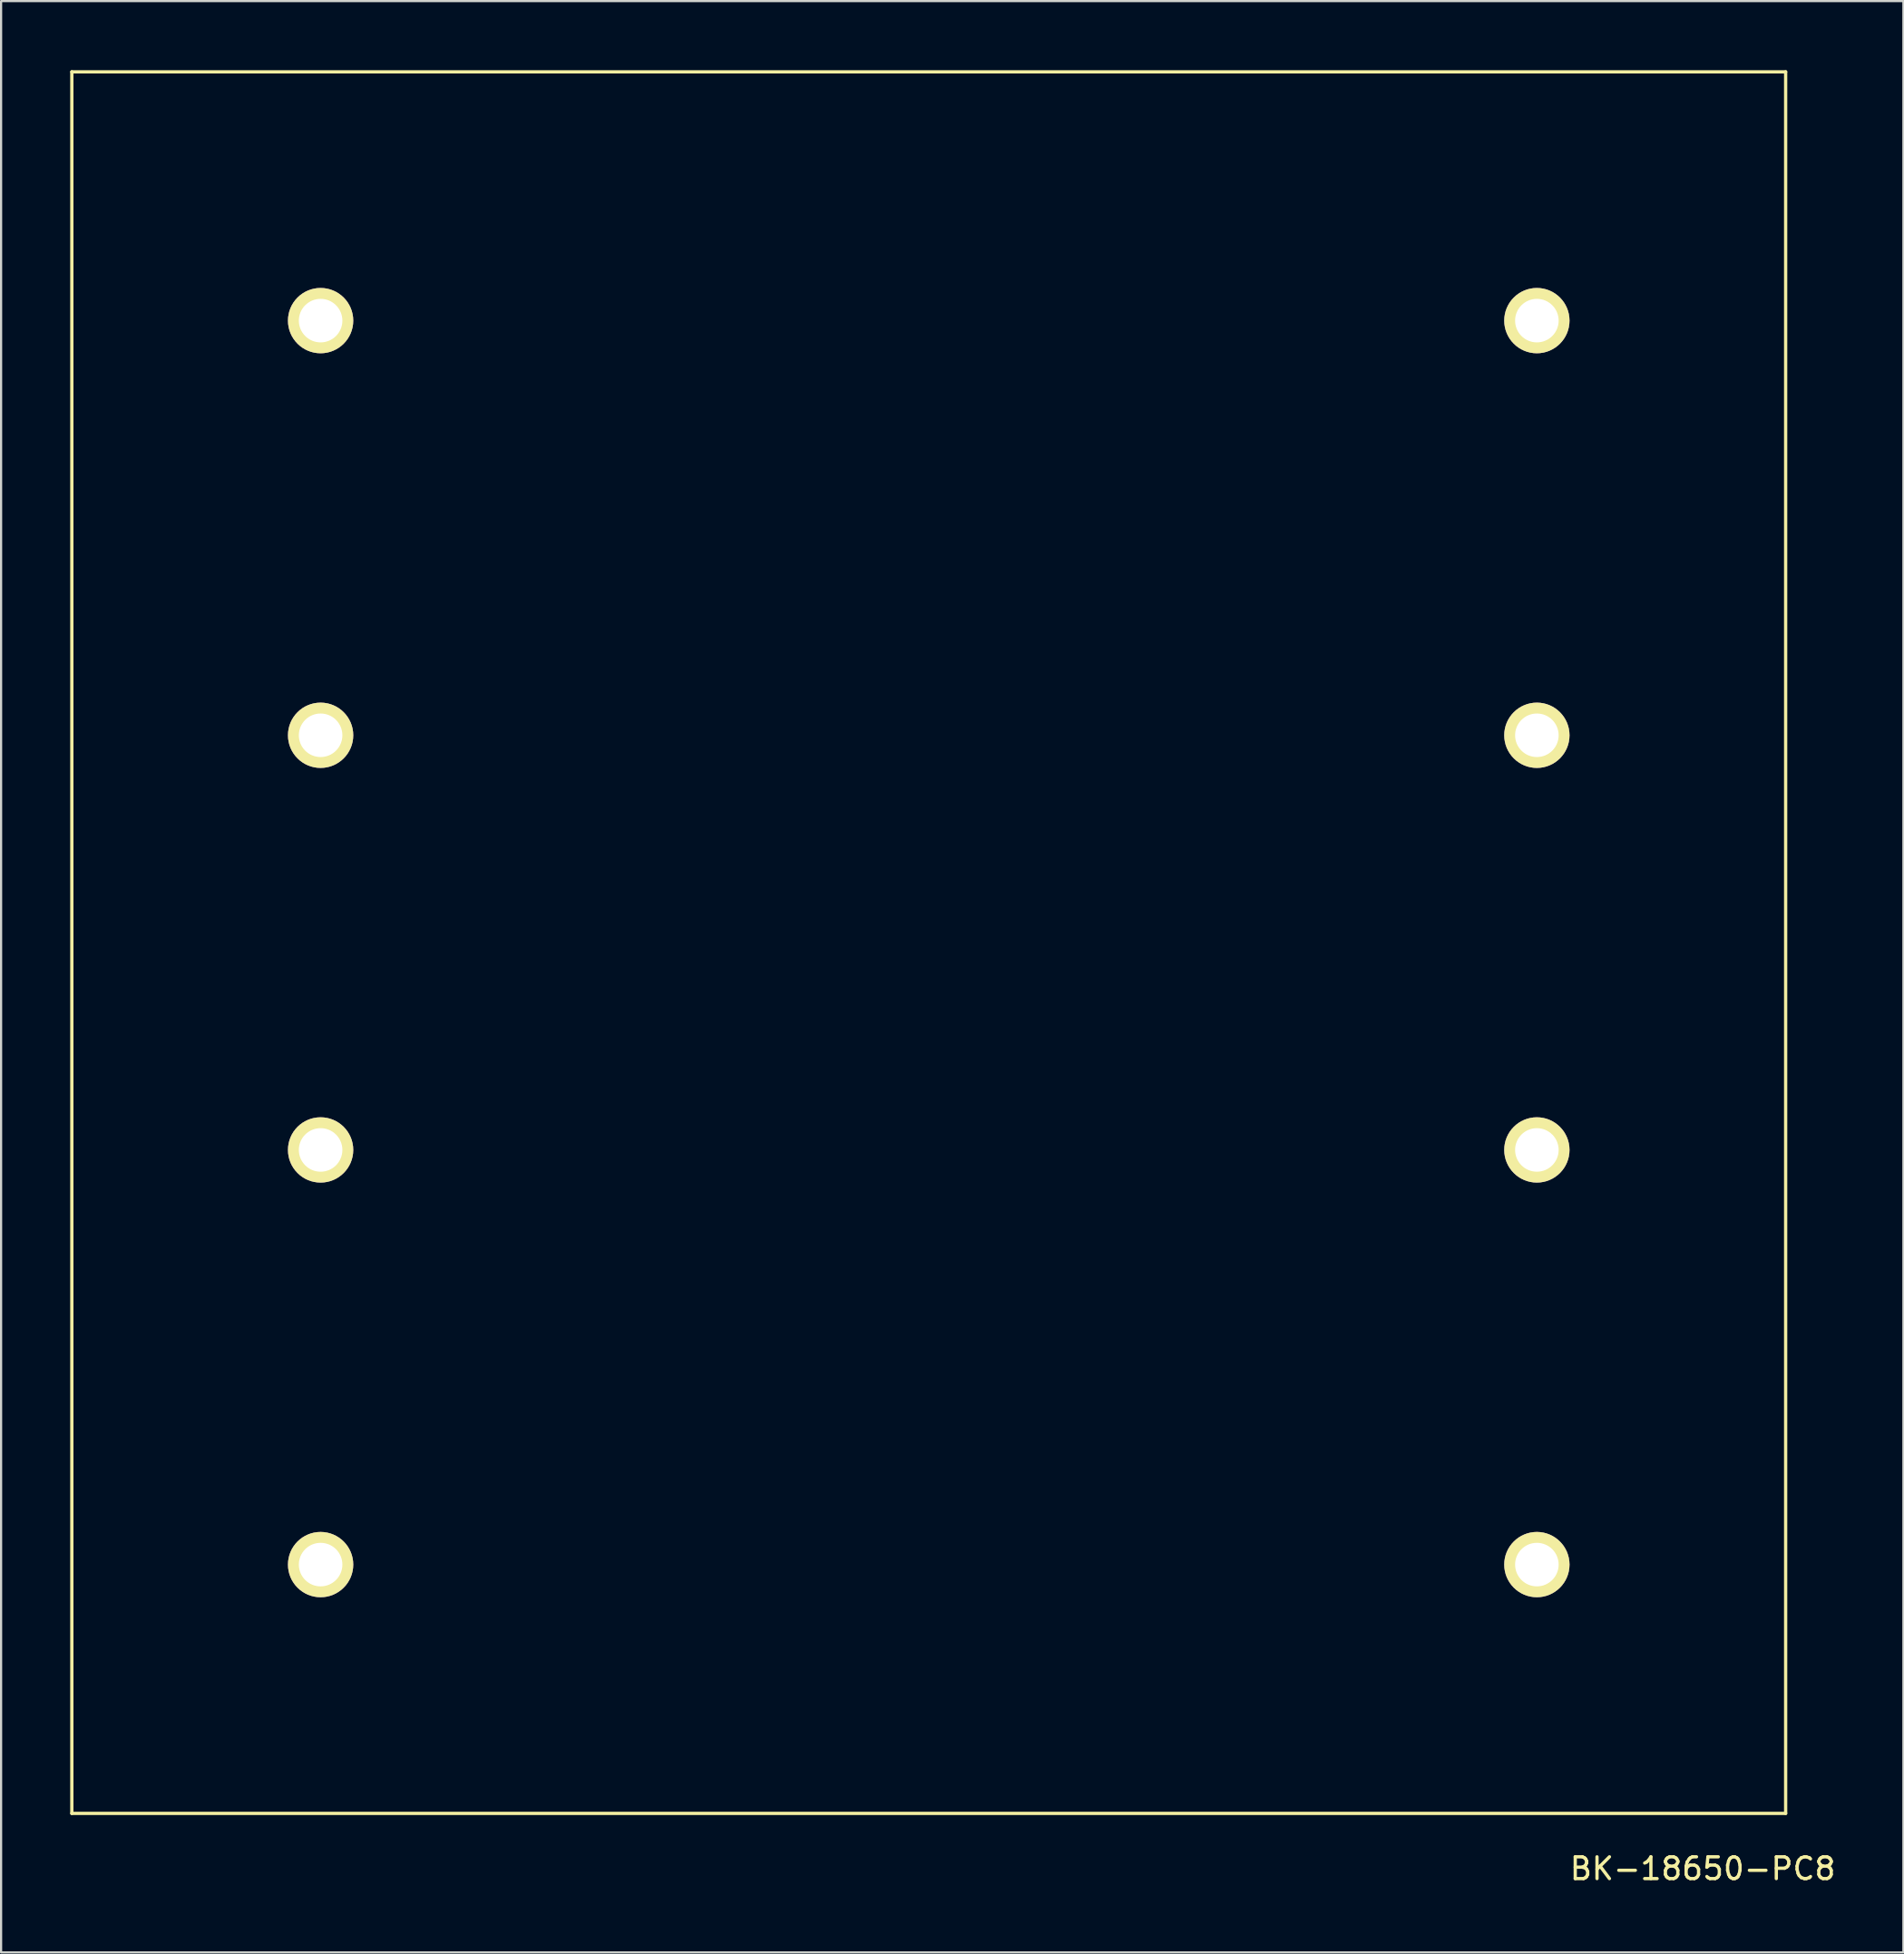
<source format=kicad_pcb>
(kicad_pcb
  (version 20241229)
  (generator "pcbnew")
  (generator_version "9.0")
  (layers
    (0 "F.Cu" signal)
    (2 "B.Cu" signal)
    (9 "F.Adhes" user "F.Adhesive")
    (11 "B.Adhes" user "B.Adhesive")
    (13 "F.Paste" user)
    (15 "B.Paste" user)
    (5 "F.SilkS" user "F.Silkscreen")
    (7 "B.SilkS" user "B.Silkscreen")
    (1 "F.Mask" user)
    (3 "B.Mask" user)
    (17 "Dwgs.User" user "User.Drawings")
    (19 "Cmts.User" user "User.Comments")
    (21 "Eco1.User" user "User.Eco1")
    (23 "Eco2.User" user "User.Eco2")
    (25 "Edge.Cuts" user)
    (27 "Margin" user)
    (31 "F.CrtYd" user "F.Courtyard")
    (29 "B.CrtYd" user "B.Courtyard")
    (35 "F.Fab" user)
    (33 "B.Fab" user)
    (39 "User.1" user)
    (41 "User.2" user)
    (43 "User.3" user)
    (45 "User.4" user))
  (footprint "BK-18650-PC8"
    (layer "F.Cu")
    (at 0.25 0.25)
    (property "Reference" "BK-18650-PC8" (at 74.93 82.55 0) (layer "F.SilkS") (effects (font (size 1 1) (thickness 0.15))))
    (attr through_hole)
    (fp_line (start 0 0) (end 0 80.01) (stroke (width 0.15) (type solid)) (layer "F.SilkS"))
    (fp_line (start 0 80.01) (end 78.74 80.01) (stroke (width 0.15) (type solid)) (layer "F.SilkS"))
    (fp_line (start 78.74 0) (end 0 0) (stroke (width 0.15) (type solid)) (layer "F.SilkS"))
    (fp_line (start 78.74 80.01) (end 78.74 0) (stroke (width 0.15) (type solid)) (layer "F.SilkS"))
    (pad "11" thru_hole circle (at 11.43 11.43) (size 3 3) (drill 2) (layers "*.Cu" "*.Mask" "F.SilkS"))
    (pad "11" thru_hole circle (at 67.31 11.43) (size 3 3) (drill 2) (layers "*.Cu" "*.Mask" "F.SilkS"))
    (pad "12" thru_hole circle (at 11.43 30.48) (size 3 3) (drill 2) (layers "*.Cu" "*.Mask" "F.SilkS"))
    (pad "12" thru_hole circle (at 67.31 30.48) (size 3 3) (drill 2) (layers "*.Cu" "*.Mask" "F.SilkS"))
    (pad "13" thru_hole circle (at 11.43 49.53) (size 3 3) (drill 2) (layers "*.Cu" "*.Mask" "F.SilkS"))
    (pad "13" thru_hole circle (at 67.31 49.53) (size 3 3) (drill 2) (layers "*.Cu" "*.Mask" "F.SilkS"))
    (pad "16" thru_hole circle (at 11.43 68.58) (size 3 3) (drill 2) (layers "*.Cu" "*.Mask" "F.SilkS"))
    (pad "16" thru_hole circle (at 67.31 68.58) (size 3 3) (drill 2) (layers "*.Cu" "*.Mask" "F.SilkS")))
  (gr_rect
    (start -3 -3)
    (end 84.4 86.648)
    (stroke (width 0.1) (type default))
    (fill no)
    (layer "Edge.Cuts")))
</source>
